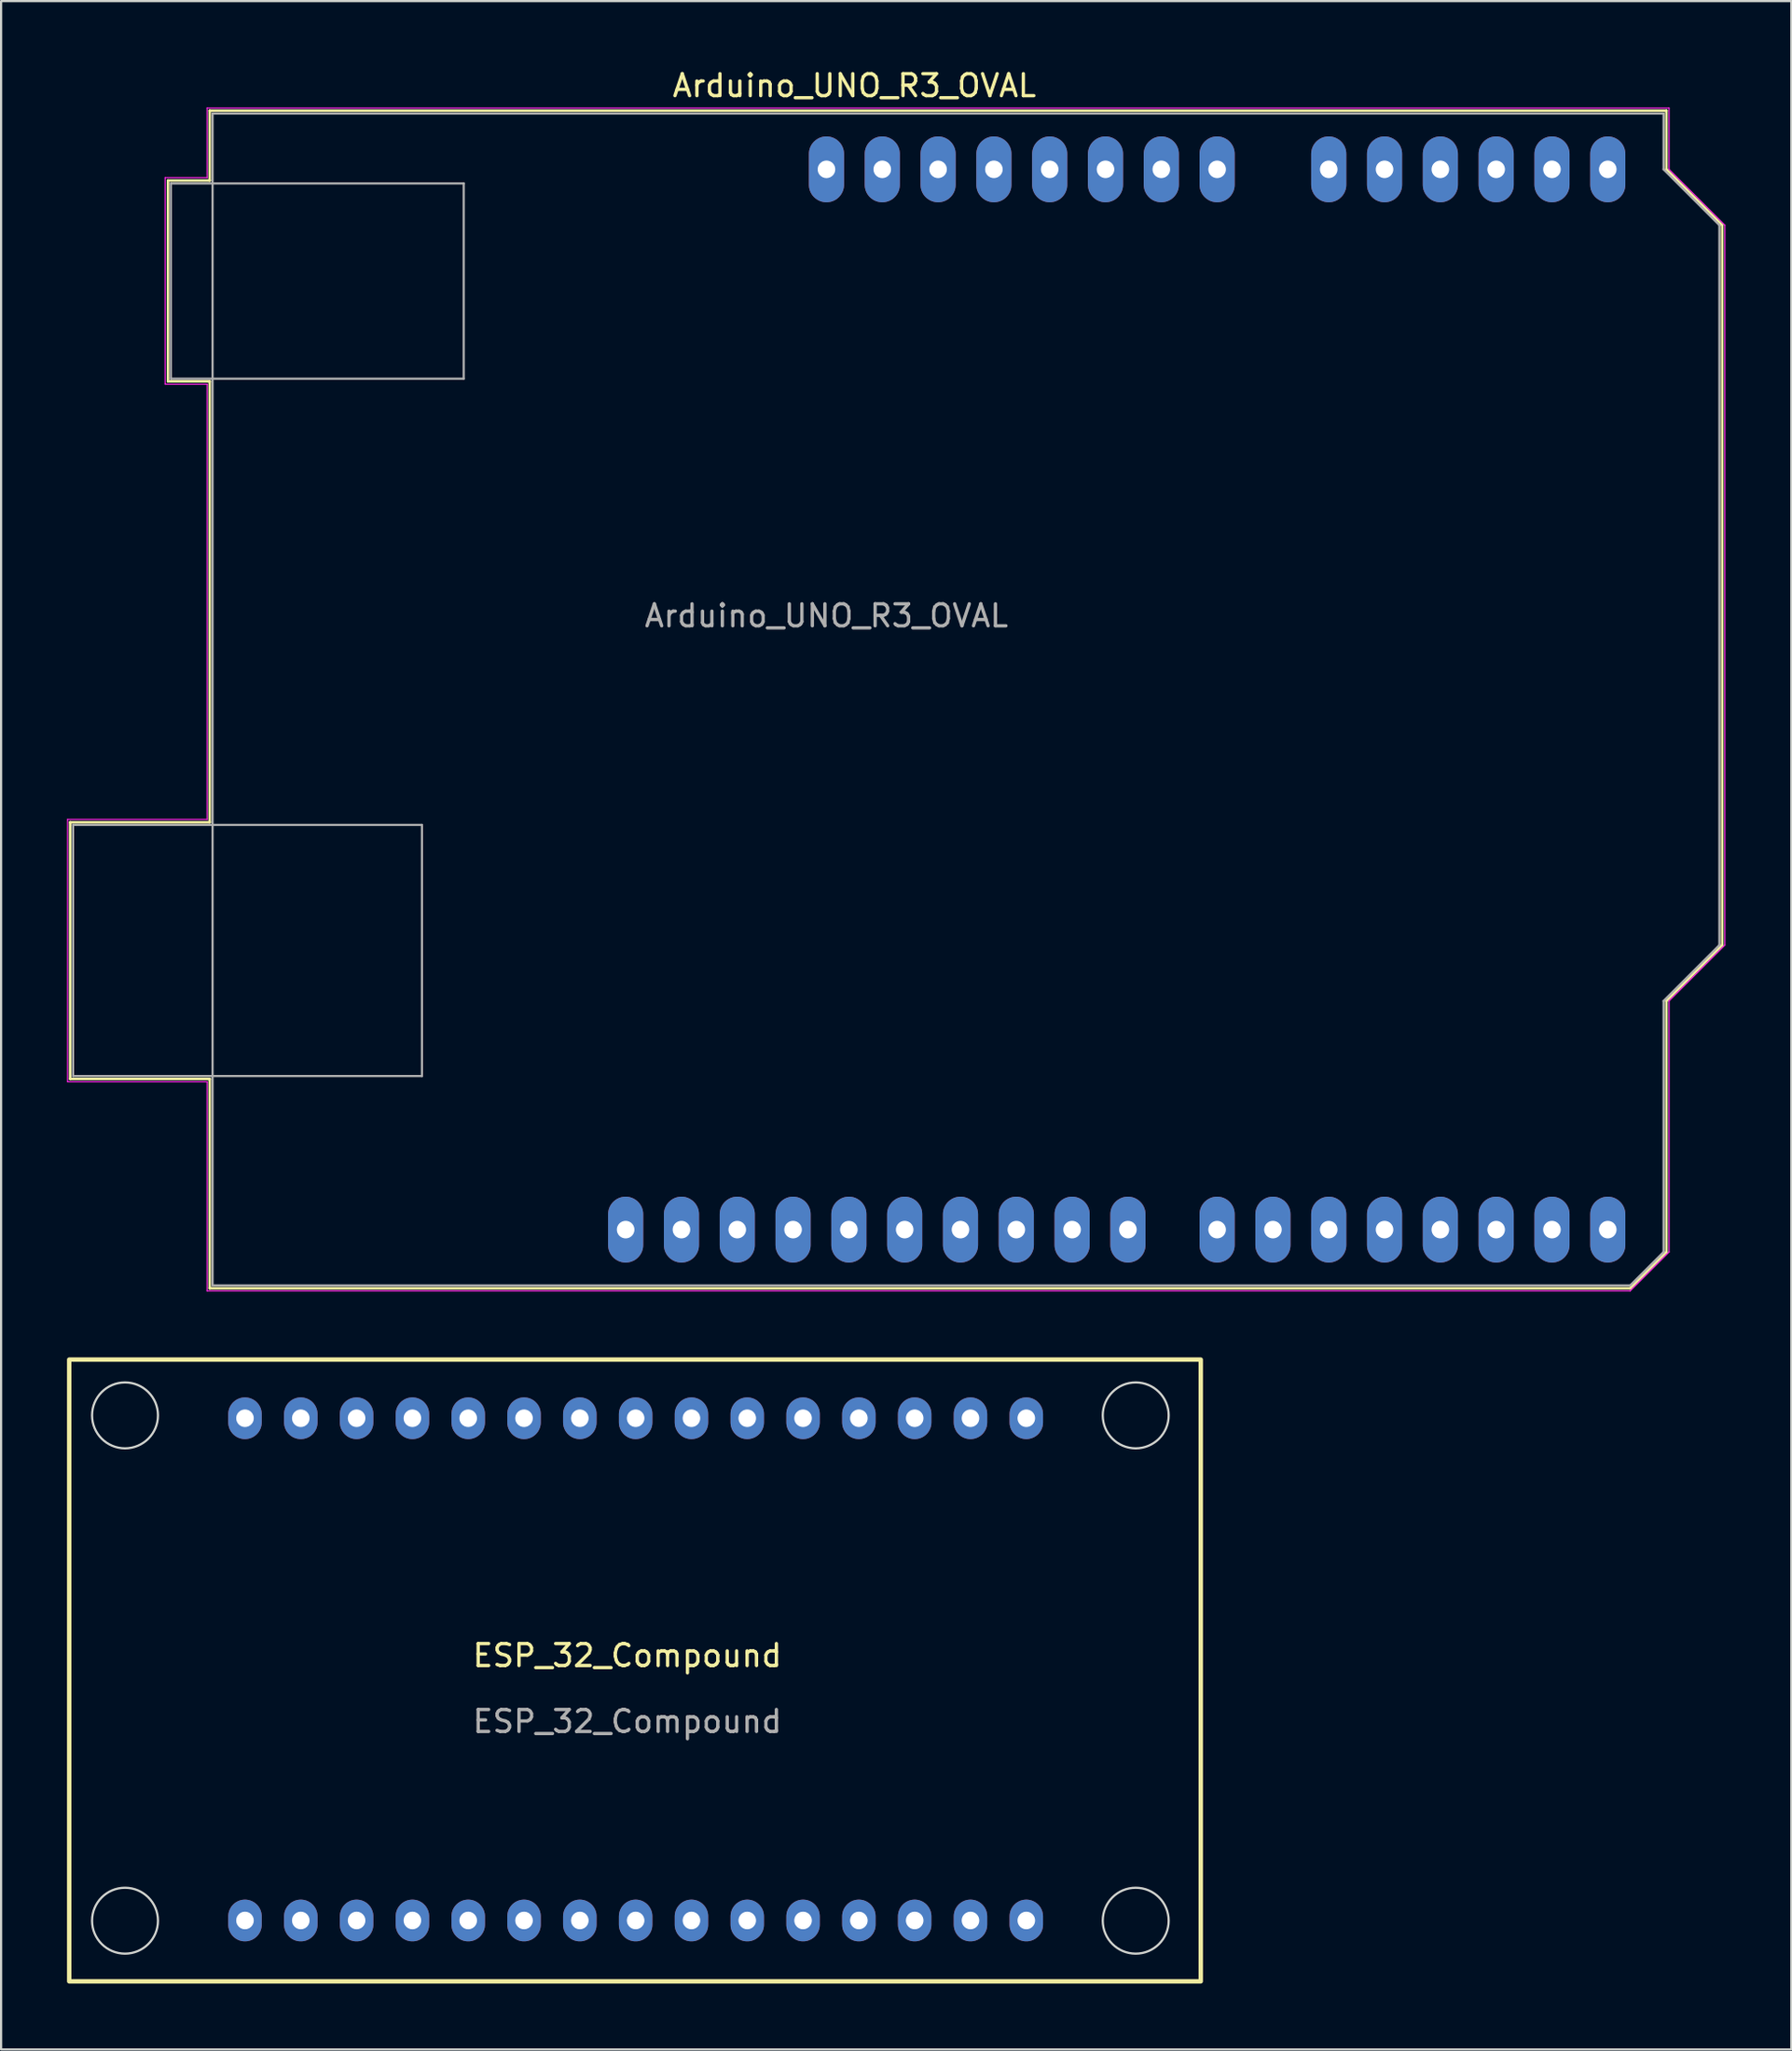
<source format=kicad_pcb>
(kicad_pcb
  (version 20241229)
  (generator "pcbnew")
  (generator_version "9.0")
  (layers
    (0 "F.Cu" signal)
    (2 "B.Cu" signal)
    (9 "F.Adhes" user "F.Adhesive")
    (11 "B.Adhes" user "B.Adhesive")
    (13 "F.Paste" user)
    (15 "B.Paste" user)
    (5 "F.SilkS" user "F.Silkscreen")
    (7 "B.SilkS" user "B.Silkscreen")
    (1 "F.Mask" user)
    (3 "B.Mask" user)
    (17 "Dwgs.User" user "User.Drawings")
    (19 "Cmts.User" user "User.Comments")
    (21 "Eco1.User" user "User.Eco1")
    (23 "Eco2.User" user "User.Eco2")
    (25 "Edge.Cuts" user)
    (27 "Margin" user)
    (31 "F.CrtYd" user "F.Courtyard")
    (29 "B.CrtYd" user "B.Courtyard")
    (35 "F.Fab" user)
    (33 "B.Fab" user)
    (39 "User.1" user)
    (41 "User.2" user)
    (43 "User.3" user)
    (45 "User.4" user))
  (footprint "ESP_32_Compound"
    (layer "F.Cu")
    (at 25.5 72.803)
    (property "Reference" "ESP_32_Compound" (at 0 -0.5 0) (unlocked yes) (layer "F.SilkS") (effects (font (size 1 1) (thickness 0.15))))
    (fp_rect (start -25.4 -13.97) (end 26.1 14.33) (stroke (width 0.2) (type default)) (fill no) (layer "F.SilkS"))
    (fp_circle (center -22.86 -11.43) (end -21.36 -11.43) (stroke (width 0.1) (type default)) (fill no) (layer "Edge.Cuts"))
    (fp_circle (center -22.86 11.57) (end -21.36 11.57) (stroke (width 0.1) (type default)) (fill no) (layer "Edge.Cuts"))
    (fp_circle (center 23.14 -11.43) (end 24.64 -11.43) (stroke (width 0.1) (type default)) (fill no) (layer "Edge.Cuts"))
    (fp_circle (center 23.14 11.57) (end 24.64 11.57) (stroke (width 0.1) (type default)) (fill no) (layer "Edge.Cuts"))
    (fp_text user "${REFERENCE}" (at 0 2.5 0) (unlocked yes) (layer "F.Fab") (effects (font (size 1 1) (thickness 0.15))))
    (pad "1" thru_hole oval (at -17.4 -11.3) (size 1.524 1.9) (drill 0.8) (layers "*.Cu" "*.Mask"))
    (pad "2" thru_hole oval (at -14.86 -11.3) (size 1.524 1.9) (drill 0.8) (layers "*.Cu" "*.Mask"))
    (pad "3" thru_hole oval (at -12.32 -11.3) (size 1.524 1.9) (drill 0.8) (layers "*.Cu" "*.Mask"))
    (pad "4" thru_hole oval (at -9.78 -11.3) (size 1.524 1.9) (drill 0.8) (layers "*.Cu" "*.Mask"))
    (pad "5" thru_hole oval (at -7.24 -11.3) (size 1.524 1.9) (drill 0.8) (layers "*.Cu" "*.Mask"))
    (pad "6" thru_hole oval (at -4.7 -11.3) (size 1.524 1.9) (drill 0.8) (layers "*.Cu" "*.Mask"))
    (pad "7" thru_hole oval (at -2.16 -11.3) (size 1.524 1.9) (drill 0.8) (layers "*.Cu" "*.Mask"))
    (pad "8" thru_hole oval (at 0.38 -11.3) (size 1.524 1.9) (drill 0.8) (layers "*.Cu" "*.Mask"))
    (pad "9" thru_hole oval (at 2.92 -11.3) (size 1.524 1.9) (drill 0.8) (layers "*.Cu" "*.Mask"))
    (pad "10" thru_hole oval (at 5.46 -11.3) (size 1.524 1.9) (drill 0.8) (layers "*.Cu" "*.Mask"))
    (pad "11" thru_hole oval (at 8 -11.3) (size 1.524 1.9) (drill 0.8) (layers "*.Cu" "*.Mask"))
    (pad "12" thru_hole oval (at 10.54 -11.3) (size 1.524 1.9) (drill 0.8) (layers "*.Cu" "*.Mask"))
    (pad "13" thru_hole oval (at 13.08 -11.3) (size 1.524 1.9) (drill 0.8) (layers "*.Cu" "*.Mask"))
    (pad "14" thru_hole oval (at 15.62 -11.3) (size 1.524 1.9) (drill 0.8) (layers "*.Cu" "*.Mask"))
    (pad "15" thru_hole oval (at 18.16 -11.3) (size 1.524 1.9) (drill 0.8) (layers "*.Cu" "*.Mask"))
    (pad "16" thru_hole oval (at 18.16 11.56) (size 1.524 1.9) (drill 0.8) (layers "*.Cu" "*.Mask"))
    (pad "17" thru_hole oval (at 15.62 11.56) (size 1.524 1.9) (drill 0.8) (layers "*.Cu" "*.Mask"))
    (pad "18" thru_hole oval (at 13.08 11.56) (size 1.524 1.9) (drill 0.8) (layers "*.Cu" "*.Mask"))
    (pad "19" thru_hole oval (at 10.54 11.56) (size 1.524 1.9) (drill 0.8) (layers "*.Cu" "*.Mask"))
    (pad "20" thru_hole oval (at 8 11.56) (size 1.524 1.9) (drill 0.8) (layers "*.Cu" "*.Mask"))
    (pad "21" thru_hole oval (at 5.46 11.56) (size 1.524 1.9) (drill 0.8) (layers "*.Cu" "*.Mask"))
    (pad "22" thru_hole oval (at 2.92 11.56) (size 1.524 1.9) (drill 0.8) (layers "*.Cu" "*.Mask"))
    (pad "23" thru_hole oval (at 0.38 11.56) (size 1.524 1.9) (drill 0.8) (layers "*.Cu" "*.Mask"))
    (pad "24" thru_hole oval (at -2.16 11.56) (size 1.524 1.9) (drill 0.8) (layers "*.Cu" "*.Mask"))
    (pad "25" thru_hole oval (at -4.7 11.56) (size 1.524 1.9) (drill 0.8) (layers "*.Cu" "*.Mask"))
    (pad "26" thru_hole oval (at -7.24 11.56) (size 1.524 1.9) (drill 0.8) (layers "*.Cu" "*.Mask"))
    (pad "27" thru_hole oval (at -9.78 11.56) (size 1.524 1.9) (drill 0.8) (layers "*.Cu" "*.Mask"))
    (pad "28" thru_hole oval (at -12.32 11.56) (size 1.524 1.9) (drill 0.8) (layers "*.Cu" "*.Mask"))
    (pad "29" thru_hole oval (at -14.86 11.56) (size 1.524 1.9) (drill 0.8) (layers "*.Cu" "*.Mask"))
    (pad "30" thru_hole oval (at -17.4 11.56) (size 1.524 1.9) (drill 0.8) (layers "*.Cu" "*.Mask")))
  (footprint "Arduino_UNO_R3_OVAL"
    (layer "F.Cu")
    (at 34.565 4.658)
    (property "Reference" "Arduino_UNO_R3_OVAL" (at 1.27 -3.81 180) (layer "F.SilkS") (effects (font (size 1 1) (thickness 0.15))))
    (attr through_hole)
    (fp_line (start -34.42 29.72) (end -34.42 41.4) (stroke (width 0.12) (type solid)) (layer "F.SilkS"))
    (fp_line (start -34.42 41.4) (end -28.07 41.4) (stroke (width 0.12) (type solid)) (layer "F.SilkS"))
    (fp_line (start -29.97 0.51) (end -29.97 9.65) (stroke (width 0.12) (type solid)) (layer "F.SilkS"))
    (fp_line (start -29.97 9.65) (end -28.07 9.65) (stroke (width 0.12) (type solid)) (layer "F.SilkS"))
    (fp_line (start -28.07 -2.67) (end -28.07 0.51) (stroke (width 0.12) (type solid)) (layer "F.SilkS"))
    (fp_line (start -28.07 0.51) (end -29.97 0.51) (stroke (width 0.12) (type solid)) (layer "F.SilkS"))
    (fp_line (start -28.07 9.65) (end -28.07 29.72) (stroke (width 0.12) (type solid)) (layer "F.SilkS"))
    (fp_line (start -28.07 29.72) (end -34.42 29.72) (stroke (width 0.12) (type solid)) (layer "F.SilkS"))
    (fp_line (start -28.07 41.4) (end -28.07 50.93) (stroke (width 0.12) (type solid)) (layer "F.SilkS"))
    (fp_line (start -28.07 50.93) (end 36.58 50.93) (stroke (width 0.12) (type solid)) (layer "F.SilkS"))
    (fp_line (start 36.58 50.93) (end 38.23 49.28) (stroke (width 0.12) (type solid)) (layer "F.SilkS"))
    (fp_line (start 38.23 -2.67) (end -28.07 -2.67) (stroke (width 0.12) (type solid)) (layer "F.SilkS"))
    (fp_line (start 38.23 0) (end 38.23 -2.67) (stroke (width 0.12) (type solid)) (layer "F.SilkS"))
    (fp_line (start 38.23 37.85) (end 40.77 35.31) (stroke (width 0.12) (type solid)) (layer "F.SilkS"))
    (fp_line (start 38.23 49.28) (end 38.23 37.85) (stroke (width 0.12) (type solid)) (layer "F.SilkS"))
    (fp_line (start 40.77 2.54) (end 38.23 0) (stroke (width 0.12) (type solid)) (layer "F.SilkS"))
    (fp_line (start 40.77 35.31) (end 40.77 2.54) (stroke (width 0.12) (type solid)) (layer "F.SilkS"))
    (fp_line (start -34.54 29.59) (end -28.19 29.59) (stroke (width 0.05) (type solid)) (layer "F.CrtYd"))
    (fp_line (start -34.54 41.53) (end -34.54 29.59) (stroke (width 0.05) (type solid)) (layer "F.CrtYd"))
    (fp_line (start -30.1 0.38) (end -28.19 0.38) (stroke (width 0.05) (type solid)) (layer "F.CrtYd"))
    (fp_line (start -30.1 9.78) (end -30.1 0.38) (stroke (width 0.05) (type solid)) (layer "F.CrtYd"))
    (fp_line (start -28.19 -2.79) (end 38.35 -2.79) (stroke (width 0.05) (type solid)) (layer "F.CrtYd"))
    (fp_line (start -28.19 0.38) (end -28.19 -2.79) (stroke (width 0.05) (type solid)) (layer "F.CrtYd"))
    (fp_line (start -28.19 9.78) (end -30.1 9.78) (stroke (width 0.05) (type solid)) (layer "F.CrtYd"))
    (fp_line (start -28.19 29.59) (end -28.19 9.78) (stroke (width 0.05) (type solid)) (layer "F.CrtYd"))
    (fp_line (start -28.19 41.53) (end -34.54 41.53) (stroke (width 0.05) (type solid)) (layer "F.CrtYd"))
    (fp_line (start -28.19 51.05) (end -28.19 41.53) (stroke (width 0.05) (type solid)) (layer "F.CrtYd"))
    (fp_line (start 36.58 51.05) (end -28.19 51.05) (stroke (width 0.05) (type solid)) (layer "F.CrtYd"))
    (fp_line (start 38.35 -2.79) (end 38.35 0) (stroke (width 0.05) (type solid)) (layer "F.CrtYd"))
    (fp_line (start 38.35 0) (end 40.89 2.54) (stroke (width 0.05) (type solid)) (layer "F.CrtYd"))
    (fp_line (start 38.35 37.85) (end 38.35 49.28) (stroke (width 0.05) (type solid)) (layer "F.CrtYd"))
    (fp_line (start 38.35 49.28) (end 36.58 51.05) (stroke (width 0.05) (type solid)) (layer "F.CrtYd"))
    (fp_line (start 40.89 2.54) (end 40.89 35.31) (stroke (width 0.05) (type solid)) (layer "F.CrtYd"))
    (fp_line (start 40.89 35.31) (end 38.35 37.85) (stroke (width 0.05) (type solid)) (layer "F.CrtYd"))
    (fp_line (start -34.29 29.84) (end -18.41 29.84) (stroke (width 0.1) (type solid)) (layer "F.Fab"))
    (fp_line (start -34.29 41.27) (end -34.29 29.84) (stroke (width 0.1) (type solid)) (layer "F.Fab"))
    (fp_line (start -29.84 0.64) (end -16.51 0.64) (stroke (width 0.1) (type solid)) (layer "F.Fab"))
    (fp_line (start -29.84 9.53) (end -29.84 0.64) (stroke (width 0.1) (type solid)) (layer "F.Fab"))
    (fp_line (start -27.94 -2.54) (end 38.1 -2.54) (stroke (width 0.1) (type solid)) (layer "F.Fab"))
    (fp_line (start -27.94 50.8) (end -27.94 -2.54) (stroke (width 0.1) (type solid)) (layer "F.Fab"))
    (fp_line (start -18.41 29.84) (end -18.41 41.27) (stroke (width 0.1) (type solid)) (layer "F.Fab"))
    (fp_line (start -18.41 41.27) (end -34.29 41.27) (stroke (width 0.1) (type solid)) (layer "F.Fab"))
    (fp_line (start -16.51 0.64) (end -16.51 9.53) (stroke (width 0.1) (type solid)) (layer "F.Fab"))
    (fp_line (start -16.51 9.53) (end -29.84 9.53) (stroke (width 0.1) (type solid)) (layer "F.Fab"))
    (fp_line (start 36.58 50.8) (end -27.94 50.8) (stroke (width 0.1) (type solid)) (layer "F.Fab"))
    (fp_line (start 38.1 -2.54) (end 38.1 0) (stroke (width 0.1) (type solid)) (layer "F.Fab"))
    (fp_line (start 38.1 0) (end 40.64 2.54) (stroke (width 0.1) (type solid)) (layer "F.Fab"))
    (fp_line (start 38.1 37.85) (end 38.1 49.28) (stroke (width 0.1) (type solid)) (layer "F.Fab"))
    (fp_line (start 38.1 49.28) (end 36.58 50.8) (stroke (width 0.1) (type solid)) (layer "F.Fab"))
    (fp_line (start 40.64 2.54) (end 40.64 35.31) (stroke (width 0.1) (type solid)) (layer "F.Fab"))
    (fp_line (start 40.64 35.31) (end 38.1 37.85) (stroke (width 0.1) (type solid)) (layer "F.Fab"))
    (fp_text user "${REFERENCE}" (at 0 20.32 180) (layer "F.Fab") (effects (font (size 1 1) (thickness 0.15))))
    (pad "1" thru_hole oval (at 0 0 90) (size 3 1.6) (drill 0.8) (layers "*.Cu" "*.Mask"))
    (pad "2" thru_hole oval (at 2.54 0 90) (size 3 1.6) (drill 0.8) (layers "*.Cu" "*.Mask"))
    (pad "3" thru_hole oval (at 5.08 0 90) (size 3 1.6) (drill 0.8) (layers "*.Cu" "*.Mask"))
    (pad "4" thru_hole oval (at 7.62 0 90) (size 3 1.6) (drill 0.8) (layers "*.Cu" "*.Mask"))
    (pad "5" thru_hole oval (at 10.16 0 90) (size 3 1.6) (drill 0.8) (layers "*.Cu" "*.Mask"))
    (pad "6" thru_hole oval (at 12.7 0 90) (size 3 1.6) (drill 0.8) (layers "*.Cu" "*.Mask"))
    (pad "7" thru_hole oval (at 15.24 0 90) (size 3 1.6) (drill 0.8) (layers "*.Cu" "*.Mask"))
    (pad "8" thru_hole oval (at 17.78 0 90) (size 3 1.6) (drill 0.8) (layers "*.Cu" "*.Mask"))
    (pad "9" thru_hole oval (at 22.86 0 90) (size 3 1.6) (drill 0.8) (layers "*.Cu" "*.Mask"))
    (pad "10" thru_hole oval (at 25.4 0 90) (size 3 1.6) (drill 0.8) (layers "*.Cu" "*.Mask"))
    (pad "11" thru_hole oval (at 27.94 0 90) (size 3 1.6) (drill 0.8) (layers "*.Cu" "*.Mask"))
    (pad "12" thru_hole oval (at 30.48 0 90) (size 3 1.6) (drill 0.8) (layers "*.Cu" "*.Mask"))
    (pad "13" thru_hole oval (at 33.02 0 90) (size 3 1.6) (drill 0.8) (layers "*.Cu" "*.Mask"))
    (pad "14" thru_hole oval (at 35.56 0 90) (size 3 1.6) (drill 0.8) (layers "*.Cu" "*.Mask"))
    (pad "15" thru_hole oval (at 35.56 48.26 90) (size 3 1.6) (drill 0.8) (layers "*.Cu" "*.Mask"))
    (pad "16" thru_hole oval (at 33.02 48.26 90) (size 3 1.6) (drill 0.8) (layers "*.Cu" "*.Mask"))
    (pad "17" thru_hole oval (at 30.48 48.26 90) (size 3 1.6) (drill 0.8) (layers "*.Cu" "*.Mask"))
    (pad "18" thru_hole oval (at 27.94 48.26 90) (size 3 1.6) (drill 0.8) (layers "*.Cu" "*.Mask"))
    (pad "19" thru_hole oval (at 25.4 48.26 90) (size 3 1.6) (drill 0.8) (layers "*.Cu" "*.Mask"))
    (pad "20" thru_hole oval (at 22.86 48.26 90) (size 3 1.6) (drill 0.8) (layers "*.Cu" "*.Mask"))
    (pad "21" thru_hole oval (at 20.32 48.26 90) (size 3 1.6) (drill 0.8) (layers "*.Cu" "*.Mask"))
    (pad "22" thru_hole oval (at 17.78 48.26 90) (size 3 1.6) (drill 0.8) (layers "*.Cu" "*.Mask"))
    (pad "23" thru_hole oval (at 13.72 48.26 90) (size 3 1.6) (drill 0.8) (layers "*.Cu" "*.Mask"))
    (pad "24" thru_hole oval (at 11.18 48.26 90) (size 3 1.6) (drill 0.8) (layers "*.Cu" "*.Mask"))
    (pad "25" thru_hole oval (at 8.64 48.26 90) (size 3 1.6) (drill 0.8) (layers "*.Cu" "*.Mask"))
    (pad "26" thru_hole oval (at 6.1 48.26 90) (size 3 1.6) (drill 0.8) (layers "*.Cu" "*.Mask"))
    (pad "27" thru_hole oval (at 3.56 48.26 90) (size 3 1.6) (drill 0.8) (layers "*.Cu" "*.Mask"))
    (pad "28" thru_hole oval (at 1.02 48.26 90) (size 3 1.6) (drill 0.8) (layers "*.Cu" "*.Mask"))
    (pad "29" thru_hole oval (at -1.52 48.26 90) (size 3 1.6) (drill 0.8) (layers "*.Cu" "*.Mask"))
    (pad "30" thru_hole oval (at -4.06 48.26 90) (size 3 1.6) (drill 0.8) (layers "*.Cu" "*.Mask"))
    (pad "31" thru_hole oval (at -6.6 48.26 90) (size 3 1.6) (drill 0.8) (layers "*.Cu" "*.Mask"))
    (pad "32" thru_hole oval (at -9.14 48.26 90) (size 3 1.6) (drill 0.8) (layers "*.Cu" "*.Mask")))
  (gr_rect
    (start -3 -3)
    (end 78.48 90.233)
    (stroke (width 0.1) (type default))
    (fill no)
    (layer "Edge.Cuts")))
</source>
